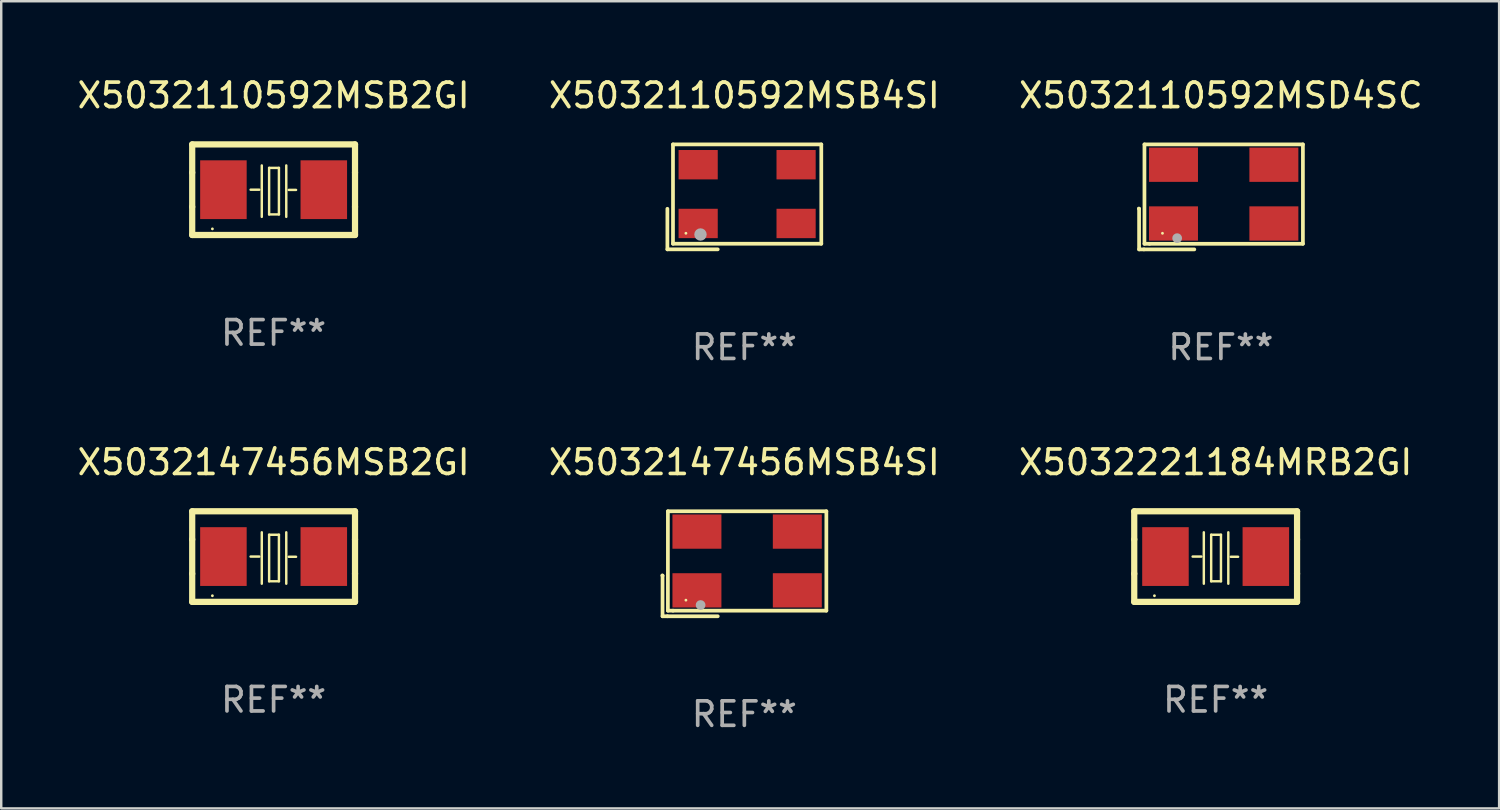
<source format=kicad_pcb>
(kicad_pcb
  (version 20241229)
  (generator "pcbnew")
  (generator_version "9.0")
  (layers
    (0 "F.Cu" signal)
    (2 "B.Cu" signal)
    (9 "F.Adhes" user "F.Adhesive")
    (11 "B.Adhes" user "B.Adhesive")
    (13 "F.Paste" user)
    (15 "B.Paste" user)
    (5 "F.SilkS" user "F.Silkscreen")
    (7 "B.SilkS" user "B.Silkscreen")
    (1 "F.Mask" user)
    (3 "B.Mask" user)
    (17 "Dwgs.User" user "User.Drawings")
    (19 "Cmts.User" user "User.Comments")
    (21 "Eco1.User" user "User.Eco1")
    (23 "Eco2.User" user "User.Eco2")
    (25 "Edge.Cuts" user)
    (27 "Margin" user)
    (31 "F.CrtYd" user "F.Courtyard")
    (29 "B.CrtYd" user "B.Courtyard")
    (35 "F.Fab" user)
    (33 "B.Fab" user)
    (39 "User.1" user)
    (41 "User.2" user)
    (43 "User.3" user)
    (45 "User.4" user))
  (footprint "X5032147456MSB4SI"
    (layer "F.Cu")
    (at 27.351 19.976)
    (property "Reference" "X5032147456MSB4SI" (at 0 -4.144 0) (layer "F.SilkS") (effects (font (size 1 1) (thickness 0.15))))
    (attr through_hole)
    (fp_line (start -3.35 0.476) (end -3.341 0.485) (stroke (width 0.152) (type solid)) (layer "F.SilkS"))
    (fp_line (start -3.341 0.485) (end -3.341 2.144) (stroke (width 0.152) (type solid)) (layer "F.SilkS"))
    (fp_line (start -3.341 2.144) (end -3.143 2.144) (stroke (width 0.152) (type solid)) (layer "F.SilkS"))
    (fp_line (start -3.143 2.144) (end -1.085 2.144) (stroke (width 0.152) (type solid)) (layer "F.SilkS"))
    (fp_line (start -3.122 -2.144) (end 3.35 -2.144) (stroke (width 0.152) (type solid)) (layer "F.SilkS"))
    (fp_line (start -3.122 1.915) (end -3.122 -2.144) (stroke (width 0.152) (type solid)) (layer "F.SilkS"))
    (fp_line (start -2.914 1.915) (end -3.122 1.915) (stroke (width 0.152) (type solid)) (layer "F.SilkS"))
    (fp_line (start 3.35 -2.144) (end 3.35 1.915) (stroke (width 0.152) (type solid)) (layer "F.SilkS"))
    (fp_line (start 3.35 1.915) (end -2.914 1.915) (stroke (width 0.152) (type solid)) (layer "F.SilkS"))
    (fp_circle (center -2.386 1.486) (end -2.356 1.486) (stroke (width 0.06) (type solid)) (fill no) (layer "F.SilkS"))
    (fp_circle (center -1.786 1.686) (end -1.686 1.686) (stroke (width 0.2) (type solid)) (fill no) (layer "F.Fab"))
    (fp_text user "REF**" (at 0 6.144 0) (layer "F.Fab") (effects (font (size 1 1) (thickness 0.15))))
    (pad "1" smd rect (at -1.936 1.086) (size 2 1.4) (layers "F.Cu" "F.Mask" "F.Paste"))
    (pad "2" smd rect (at 2.164 1.086) (size 2 1.4) (layers "F.Cu" "F.Mask" "F.Paste"))
    (pad "3" smd rect (at 2.164 -1.314) (size 2 1.4) (layers "F.Cu" "F.Mask" "F.Paste"))
    (pad "4" smd rect (at -1.936 -1.314) (size 2 1.4) (layers "F.Cu" "F.Mask" "F.Paste")))
  (footprint "X5032221184MRB2GI"
    (layer "F.Cu")
    (at 46.601 19.682)
    (property "Reference" "X5032221184MRB2GI" (at 0 -3.85 0) (layer "F.SilkS") (effects (font (size 1 1) (thickness 0.15))))
    (attr through_hole)
    (fp_line (start -3.325 0.7) (end -3.325 -0.7) (stroke (width 0.254) (type solid)) (layer "F.SilkS"))
    (fp_line (start -3.325 -1.85) (end 3.325 -1.85) (stroke (width 0.254) (type solid)) (layer "F.SilkS"))
    (fp_line (start -3.325 -0.7) (end -3.325 -1.85) (stroke (width 0.254) (type solid)) (layer "F.SilkS"))
    (fp_line (start -3.325 1.85) (end -3.325 0.7) (stroke (width 0.254) (type solid)) (layer "F.SilkS"))
    (fp_line (start -0.94 -0.000127) (end -0.584 -0.000127) (stroke (width 0.1) (type solid)) (layer "F.SilkS"))
    (fp_line (start -0.483 -0.991) (end -0.483 1.109) (stroke (width 0.1) (type solid)) (layer "F.SilkS"))
    (fp_line (start -0.183 -0.891) (end -0.183 1.009) (stroke (width 0.1) (type solid)) (layer "F.SilkS"))
    (fp_line (start -0.183 1.009) (end 0.217 1.009) (stroke (width 0.1) (type solid)) (layer "F.SilkS"))
    (fp_line (start 0.217 -0.891) (end -0.183 -0.891) (stroke (width 0.1) (type solid)) (layer "F.SilkS"))
    (fp_line (start 0.217 1.009) (end 0.217 -0.891) (stroke (width 0.1) (type solid)) (layer "F.SilkS"))
    (fp_line (start 0.517 -0.991) (end 0.517 1.109) (stroke (width 0.1) (type solid)) (layer "F.SilkS"))
    (fp_line (start 0.617 0.009) (end 0.917 0.009) (stroke (width 0.1) (type solid)) (layer "F.SilkS"))
    (fp_line (start 3.325 -1.85) (end 3.325 -0.7) (stroke (width 0.254) (type solid)) (layer "F.SilkS"))
    (fp_line (start 3.325 0.7) (end 3.325 1.85) (stroke (width 0.254) (type solid)) (layer "F.SilkS"))
    (fp_line (start 3.325 1.85) (end -3.325 1.85) (stroke (width 0.254) (type solid)) (layer "F.SilkS"))
    (fp_line (start 3.325 -0.7) (end 3.325 0.7) (stroke (width 0.254) (type solid)) (layer "F.SilkS"))
    (fp_circle (center -2.5 1.6) (end -2.47 1.6) (stroke (width 0.06) (type solid)) (fill no) (layer "F.SilkS"))
    (fp_text user "REF**" (at 0 5.85 0) (layer "F.Fab") (effects (font (size 1 1) (thickness 0.15))))
    (pad "1" smd rect (at -2.05 -0.000127) (size 1.9 2.4) (layers "F.Cu" "F.Mask" "F.Paste"))
    (pad "2" smd rect (at 2.05 -0.000127) (size 1.9 2.4) (layers "F.Cu" "F.Mask" "F.Paste")))
  (footprint "X5032147456MSB2GI"
    (layer "F.Cu")
    (at 8.125 19.682)
    (property "Reference" "X5032147456MSB2GI" (at 0 -3.85 0) (layer "F.SilkS") (effects (font (size 1 1) (thickness 0.15))))
    (attr through_hole)
    (fp_line (start -3.325 0.7) (end -3.325 -0.7) (stroke (width 0.254) (type solid)) (layer "F.SilkS"))
    (fp_line (start -3.325 -1.85) (end 3.325 -1.85) (stroke (width 0.254) (type solid)) (layer "F.SilkS"))
    (fp_line (start -3.325 -0.7) (end -3.325 -1.85) (stroke (width 0.254) (type solid)) (layer "F.SilkS"))
    (fp_line (start -3.325 1.85) (end -3.325 0.7) (stroke (width 0.254) (type solid)) (layer "F.SilkS"))
    (fp_line (start -0.94 -0.000127) (end -0.584 -0.000127) (stroke (width 0.1) (type solid)) (layer "F.SilkS"))
    (fp_line (start -0.483 -0.991) (end -0.483 1.109) (stroke (width 0.1) (type solid)) (layer "F.SilkS"))
    (fp_line (start -0.183 -0.891) (end -0.183 1.009) (stroke (width 0.1) (type solid)) (layer "F.SilkS"))
    (fp_line (start -0.183 1.009) (end 0.217 1.009) (stroke (width 0.1) (type solid)) (layer "F.SilkS"))
    (fp_line (start 0.217 -0.891) (end -0.183 -0.891) (stroke (width 0.1) (type solid)) (layer "F.SilkS"))
    (fp_line (start 0.217 1.009) (end 0.217 -0.891) (stroke (width 0.1) (type solid)) (layer "F.SilkS"))
    (fp_line (start 0.517 -0.991) (end 0.517 1.109) (stroke (width 0.1) (type solid)) (layer "F.SilkS"))
    (fp_line (start 0.617 0.009) (end 0.917 0.009) (stroke (width 0.1) (type solid)) (layer "F.SilkS"))
    (fp_line (start 3.325 -1.85) (end 3.325 -0.7) (stroke (width 0.254) (type solid)) (layer "F.SilkS"))
    (fp_line (start 3.325 0.7) (end 3.325 1.85) (stroke (width 0.254) (type solid)) (layer "F.SilkS"))
    (fp_line (start 3.325 1.85) (end -3.325 1.85) (stroke (width 0.254) (type solid)) (layer "F.SilkS"))
    (fp_line (start 3.325 -0.7) (end 3.325 0.7) (stroke (width 0.254) (type solid)) (layer "F.SilkS"))
    (fp_circle (center -2.5 1.6) (end -2.47 1.6) (stroke (width 0.06) (type solid)) (fill no) (layer "F.SilkS"))
    (fp_text user "REF**" (at 0 5.85 0) (layer "F.Fab") (effects (font (size 1 1) (thickness 0.15))))
    (pad "1" smd rect (at -2.05 -0.000127) (size 1.9 2.4) (layers "F.Cu" "F.Mask" "F.Paste"))
    (pad "2" smd rect (at 2.05 -0.000127) (size 1.9 2.4) (layers "F.Cu" "F.Mask" "F.Paste")))
  (footprint "X5032110592MSB4SI"
    (layer "F.Cu")
    (at 27.351 4.991)
    (property "Reference" "X5032110592MSB4SI" (at 0 -4.143 0) (layer "F.SilkS") (effects (font (size 1 1) (thickness 0.15))))
    (attr through_hole)
    (fp_line (start -3.143 0.486) (end -3.143 2.143) (stroke (width 0.152) (type solid)) (layer "F.SilkS"))
    (fp_line (start -3.143 2.143) (end -1.086 2.143) (stroke (width 0.152) (type solid)) (layer "F.SilkS"))
    (fp_line (start -2.914 -2.143) (end 3.143 -2.143) (stroke (width 0.152) (type solid)) (layer "F.SilkS"))
    (fp_line (start -2.914 1.914) (end -2.914 -2.143) (stroke (width 0.152) (type solid)) (layer "F.SilkS"))
    (fp_line (start 3.143 -2.143) (end 3.143 1.914) (stroke (width 0.152) (type solid)) (layer "F.SilkS"))
    (fp_line (start 3.143 1.914) (end -2.914 1.914) (stroke (width 0.152) (type solid)) (layer "F.SilkS"))
    (fp_circle (center -2.386 1.486) (end -2.356 1.486) (stroke (width 0.06) (type solid)) (fill no) (layer "F.SilkS"))
    (fp_circle (center -1.791 1.537) (end -1.664 1.537) (stroke (width 0.254) (type solid)) (fill no) (layer "F.Fab"))
    (fp_text user "REF**" (at 0 6.143 0) (layer "F.Fab") (effects (font (size 1 1) (thickness 0.15))))
    (pad "1" smd rect (at -1.886 1.086) (size 1.6 1.2) (layers "F.Cu" "F.Mask" "F.Paste"))
    (pad "2" smd rect (at 2.114 1.086) (size 1.6 1.2) (layers "F.Cu" "F.Mask" "F.Paste"))
    (pad "3" smd rect (at 2.114 -1.314) (size 1.6 1.2) (layers "F.Cu" "F.Mask" "F.Paste"))
    (pad "4" smd rect (at -1.886 -1.314) (size 1.6 1.2) (layers "F.Cu" "F.Mask" "F.Paste")))
  (footprint "X5032110592MSD4SC"
    (layer "F.Cu")
    (at 46.815 4.992)
    (property "Reference" "X5032110592MSD4SC" (at 0 -4.144 0) (layer "F.SilkS") (effects (font (size 1 1) (thickness 0.15))))
    (attr through_hole)
    (fp_line (start -3.35 0.476) (end -3.341 0.485) (stroke (width 0.152) (type solid)) (layer "F.SilkS"))
    (fp_line (start -3.341 0.485) (end -3.341 2.144) (stroke (width 0.152) (type solid)) (layer "F.SilkS"))
    (fp_line (start -3.341 2.144) (end -3.143 2.144) (stroke (width 0.152) (type solid)) (layer "F.SilkS"))
    (fp_line (start -3.143 2.144) (end -1.085 2.144) (stroke (width 0.152) (type solid)) (layer "F.SilkS"))
    (fp_line (start -3.122 -2.144) (end 3.35 -2.144) (stroke (width 0.152) (type solid)) (layer "F.SilkS"))
    (fp_line (start -3.122 1.915) (end -3.122 -2.144) (stroke (width 0.152) (type solid)) (layer "F.SilkS"))
    (fp_line (start -2.914 1.915) (end -3.122 1.915) (stroke (width 0.152) (type solid)) (layer "F.SilkS"))
    (fp_line (start 3.35 -2.144) (end 3.35 1.915) (stroke (width 0.152) (type solid)) (layer "F.SilkS"))
    (fp_line (start 3.35 1.915) (end -2.914 1.915) (stroke (width 0.152) (type solid)) (layer "F.SilkS"))
    (fp_circle (center -2.386 1.486) (end -2.356 1.486) (stroke (width 0.06) (type solid)) (fill no) (layer "F.SilkS"))
    (fp_circle (center -1.786 1.686) (end -1.686 1.686) (stroke (width 0.2) (type solid)) (fill no) (layer "F.Fab"))
    (fp_text user "REF**" (at 0 6.144 0) (layer "F.Fab") (effects (font (size 1 1) (thickness 0.15))))
    (pad "1" smd rect (at -1.936 1.086) (size 2 1.4) (layers "F.Cu" "F.Mask" "F.Paste"))
    (pad "2" smd rect (at 2.164 1.086) (size 2 1.4) (layers "F.Cu" "F.Mask" "F.Paste"))
    (pad "3" smd rect (at 2.164 -1.314) (size 2 1.4) (layers "F.Cu" "F.Mask" "F.Paste"))
    (pad "4" smd rect (at -1.936 -1.314) (size 2 1.4) (layers "F.Cu" "F.Mask" "F.Paste")))
  (footprint "X5032110592MSB2GI"
    (layer "F.Cu")
    (at 8.125 4.698)
    (property "Reference" "X5032110592MSB2GI" (at 0 -3.85 0) (layer "F.SilkS") (effects (font (size 1 1) (thickness 0.15))))
    (attr through_hole)
    (fp_line (start -3.325 0.7) (end -3.325 -0.7) (stroke (width 0.254) (type solid)) (layer "F.SilkS"))
    (fp_line (start -3.325 -1.85) (end 3.325 -1.85) (stroke (width 0.254) (type solid)) (layer "F.SilkS"))
    (fp_line (start -3.325 -0.7) (end -3.325 -1.85) (stroke (width 0.254) (type solid)) (layer "F.SilkS"))
    (fp_line (start -3.325 1.85) (end -3.325 0.7) (stroke (width 0.254) (type solid)) (layer "F.SilkS"))
    (fp_line (start -0.94 -0.000127) (end -0.584 -0.000127) (stroke (width 0.1) (type solid)) (layer "F.SilkS"))
    (fp_line (start -0.483 -0.991) (end -0.483 1.109) (stroke (width 0.1) (type solid)) (layer "F.SilkS"))
    (fp_line (start -0.183 -0.891) (end -0.183 1.009) (stroke (width 0.1) (type solid)) (layer "F.SilkS"))
    (fp_line (start -0.183 1.009) (end 0.217 1.009) (stroke (width 0.1) (type solid)) (layer "F.SilkS"))
    (fp_line (start 0.217 -0.891) (end -0.183 -0.891) (stroke (width 0.1) (type solid)) (layer "F.SilkS"))
    (fp_line (start 0.217 1.009) (end 0.217 -0.891) (stroke (width 0.1) (type solid)) (layer "F.SilkS"))
    (fp_line (start 0.517 -0.991) (end 0.517 1.109) (stroke (width 0.1) (type solid)) (layer "F.SilkS"))
    (fp_line (start 0.617 0.009) (end 0.917 0.009) (stroke (width 0.1) (type solid)) (layer "F.SilkS"))
    (fp_line (start 3.325 -1.85) (end 3.325 -0.7) (stroke (width 0.254) (type solid)) (layer "F.SilkS"))
    (fp_line (start 3.325 0.7) (end 3.325 1.85) (stroke (width 0.254) (type solid)) (layer "F.SilkS"))
    (fp_line (start 3.325 1.85) (end -3.325 1.85) (stroke (width 0.254) (type solid)) (layer "F.SilkS"))
    (fp_line (start 3.325 -0.7) (end 3.325 0.7) (stroke (width 0.254) (type solid)) (layer "F.SilkS"))
    (fp_circle (center -2.5 1.6) (end -2.47 1.6) (stroke (width 0.06) (type solid)) (fill no) (layer "F.SilkS"))
    (fp_text user "REF**" (at 0 5.85 0) (layer "F.Fab") (effects (font (size 1 1) (thickness 0.15))))
    (pad "1" smd rect (at -2.05 -0.000127) (size 1.9 2.4) (layers "F.Cu" "F.Mask" "F.Paste"))
    (pad "2" smd rect (at 2.05 -0.000127) (size 1.9 2.4) (layers "F.Cu" "F.Mask" "F.Paste")))
  (gr_rect
    (start -3 -3)
    (end 58.179 29.968)
    (stroke (width 0.1) (type default))
    (fill no)
    (layer "Edge.Cuts")))
</source>
